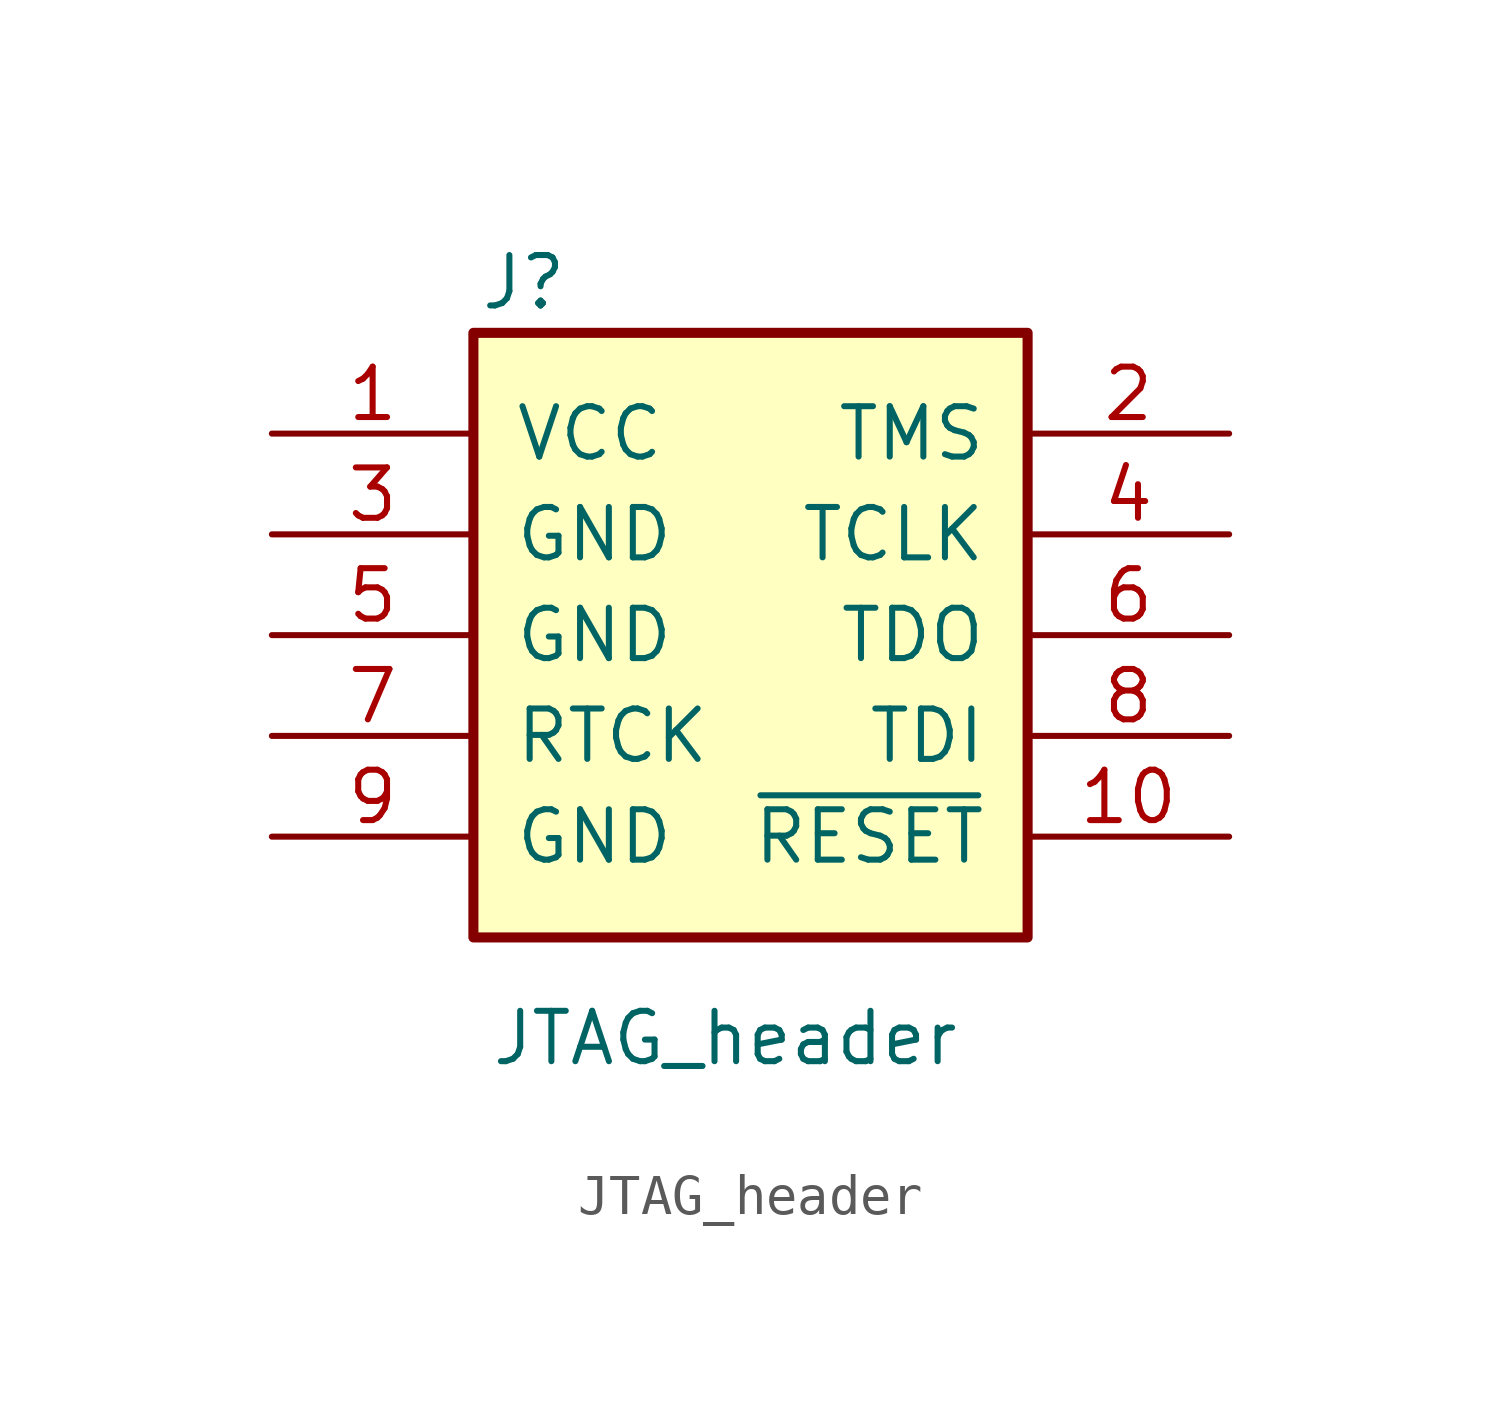
<source format=kicad_sym>
(kicad_symbol_lib
  (version 20211014)
  (generator kicad_symbol_editor)
  (symbol "JTAG_header"
    (pin_names
      (offset 1.016))
    (property "Reference" "J"
      (at -5.08 -2.54 0)
      (effects (font (size 1.27 1.27))))
    (property "Value" "JTAG_header"
      (at 0 -21.59 0)
      (effects (font (size 1.27 1.27))))
    (symbol "JTAG_header_0_1"
      (rectangle (start -6.35 -3.81) (end 7.62 -19.05) (stroke (width 0.254) (type default) (color 0 0 0 0)) (fill (type background))))
    (symbol "JTAG_header_1_1"
      (pin passive line (at -11.43 -6.35 0) (length 5.08) (name "VCC" (effects (font (size 1.27 1.27)))) (number "1" (effects (font (size 1.27 1.27)))))
      (pin passive line (at 12.7 -16.51 180) (length 5.08) (name "~{RESET}" (effects (font (size 1.27 1.27)))) (number "10" (effects (font (size 1.27 1.27)))))
      (pin passive line (at 12.7 -6.35 180) (length 5.08) (name "TMS" (effects (font (size 1.27 1.27)))) (number "2" (effects (font (size 1.27 1.27)))))
      (pin passive line (at -11.43 -8.89 0) (length 5.08) (name "GND" (effects (font (size 1.27 1.27)))) (number "3" (effects (font (size 1.27 1.27)))))
      (pin passive line (at 12.7 -8.89 180) (length 5.08) (name "TCLK" (effects (font (size 1.27 1.27)))) (number "4" (effects (font (size 1.27 1.27)))))
      (pin passive line (at -11.43 -11.43 0) (length 5.08) (name "GND" (effects (font (size 1.27 1.27)))) (number "5" (effects (font (size 1.27 1.27)))))
      (pin passive line (at 12.7 -11.43 180) (length 5.08) (name "TDO" (effects (font (size 1.27 1.27)))) (number "6" (effects (font (size 1.27 1.27)))))
      (pin passive line (at -11.43 -13.97 0) (length 5.08) (name "RTCK" (effects (font (size 1.27 1.27)))) (number "7" (effects (font (size 1.27 1.27)))))
      (pin passive line (at 12.7 -13.97 180) (length 5.08) (name "TDI" (effects (font (size 1.27 1.27)))) (number "8" (effects (font (size 1.27 1.27)))))
      (pin passive line (at -11.43 -16.51 0) (length 5.08) (name "GND" (effects (font (size 1.27 1.27)))) (number "9" (effects (font (size 1.27 1.27))))))))
</source>
